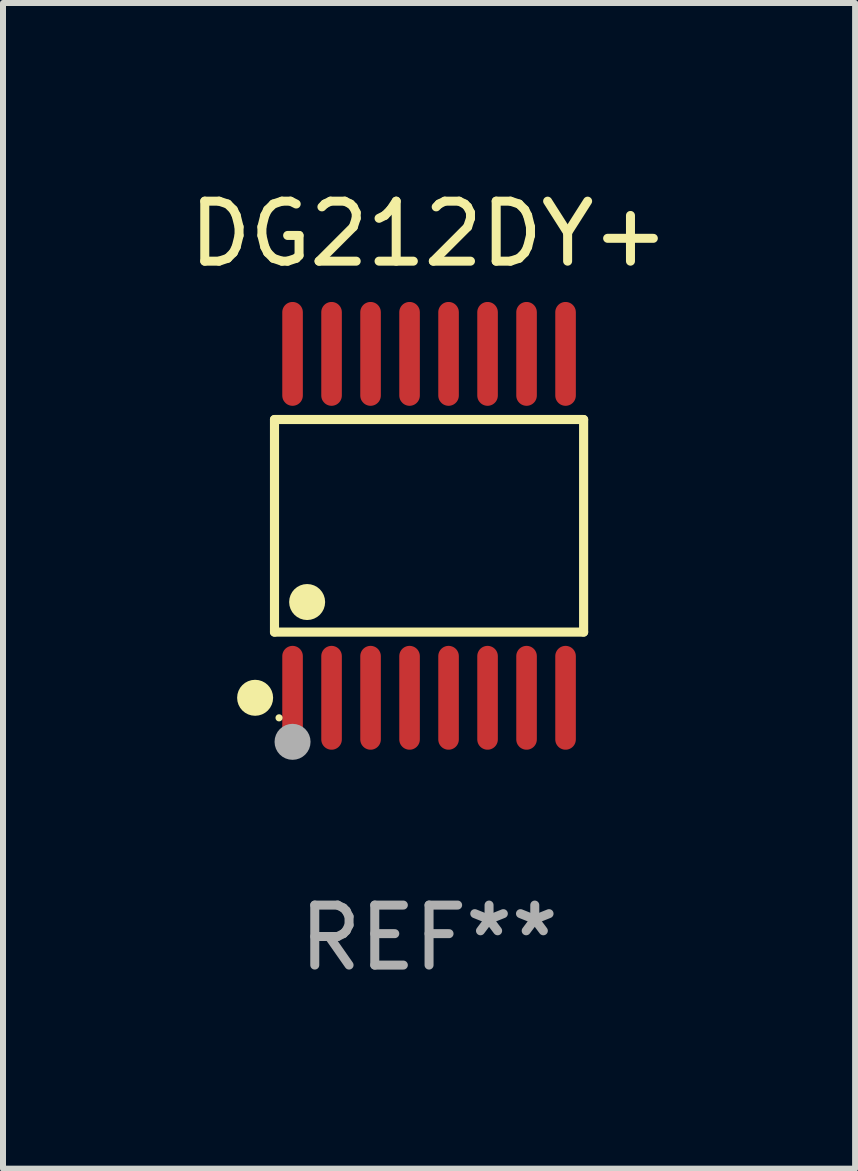
<source format=kicad_pcb>
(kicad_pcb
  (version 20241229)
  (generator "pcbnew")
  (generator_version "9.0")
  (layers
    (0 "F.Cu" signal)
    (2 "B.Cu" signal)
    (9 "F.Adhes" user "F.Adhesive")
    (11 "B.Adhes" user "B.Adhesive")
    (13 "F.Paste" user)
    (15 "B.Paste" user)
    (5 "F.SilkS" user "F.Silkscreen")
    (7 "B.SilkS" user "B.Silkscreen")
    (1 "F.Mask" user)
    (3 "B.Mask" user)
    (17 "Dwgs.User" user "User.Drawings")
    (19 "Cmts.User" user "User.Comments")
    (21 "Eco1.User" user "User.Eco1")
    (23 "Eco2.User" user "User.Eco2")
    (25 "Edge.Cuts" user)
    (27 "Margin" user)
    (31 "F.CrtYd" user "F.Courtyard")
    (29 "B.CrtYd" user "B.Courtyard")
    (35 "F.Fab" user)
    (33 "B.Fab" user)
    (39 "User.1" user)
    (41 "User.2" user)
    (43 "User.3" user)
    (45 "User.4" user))
  (footprint "DG212DY+"
    (layer "F.Cu")
    (at 4.101 5.714)
    (property "Reference" "DG212DY+" (at 0 -4.866 0) (layer "F.SilkS") (effects (font (size 1 1) (thickness 0.15))))
    (attr through_hole)
    (fp_line (start -2.576 -1.772) (end 2.576 -1.772) (stroke (width 0.152) (type solid)) (layer "F.SilkS"))
    (fp_line (start -2.576 1.771) (end -2.576 -1.772) (stroke (width 0.152) (type solid)) (layer "F.SilkS"))
    (fp_line (start 2.576 -1.772) (end 2.576 1.771) (stroke (width 0.152) (type solid)) (layer "F.SilkS"))
    (fp_line (start 2.576 1.771) (end -2.576 1.771) (stroke (width 0.152) (type solid)) (layer "F.SilkS"))
    (fp_circle (center -2.899 2.866) (end -2.749 2.866) (stroke (width 0.3) (type solid)) (fill no) (layer "F.SilkS"))
    (fp_circle (center -2.5 3.2) (end -2.47 3.2) (stroke (width 0.06) (type solid)) (fill no) (layer "F.SilkS"))
    (fp_circle (center -2.032 1.27) (end -1.882 1.27) (stroke (width 0.3) (type solid)) (fill no) (layer "F.SilkS"))
    (fp_circle (center -2.275 3.6) (end -2.125 3.6) (stroke (width 0.3) (type solid)) (fill no) (layer "F.Fab"))
    (fp_text user "REF**" (at 0 6.866 0) (layer "F.Fab") (effects (font (size 1 1) (thickness 0.15))))
    (pad "1" smd oval (at -2.275 2.866) (size 0.343 1.731) (layers "F.Cu" "F.Mask" "F.Paste"))
    (pad "2" smd oval (at -1.625 2.866) (size 0.343 1.731) (layers "F.Cu" "F.Mask" "F.Paste"))
    (pad "3" smd oval (at -0.975 2.866) (size 0.343 1.731) (layers "F.Cu" "F.Mask" "F.Paste"))
    (pad "4" smd oval (at -0.325 2.866) (size 0.343 1.731) (layers "F.Cu" "F.Mask" "F.Paste"))
    (pad "5" smd oval (at 0.325 2.866) (size 0.343 1.731) (layers "F.Cu" "F.Mask" "F.Paste"))
    (pad "6" smd oval (at 0.975 2.866) (size 0.343 1.731) (layers "F.Cu" "F.Mask" "F.Paste"))
    (pad "7" smd oval (at 1.625 2.866) (size 0.343 1.731) (layers "F.Cu" "F.Mask" "F.Paste"))
    (pad "8" smd oval (at 2.275 2.866) (size 0.343 1.731) (layers "F.Cu" "F.Mask" "F.Paste"))
    (pad "9" smd oval (at 2.275 -2.866) (size 0.343 1.731) (layers "F.Cu" "F.Mask" "F.Paste"))
    (pad "10" smd oval (at 1.625 -2.866) (size 0.343 1.731) (layers "F.Cu" "F.Mask" "F.Paste"))
    (pad "11" smd oval (at 0.975 -2.866) (size 0.343 1.731) (layers "F.Cu" "F.Mask" "F.Paste"))
    (pad "12" smd oval (at 0.325 -2.866) (size 0.343 1.731) (layers "F.Cu" "F.Mask" "F.Paste"))
    (pad "13" smd oval (at -0.325 -2.866) (size 0.343 1.731) (layers "F.Cu" "F.Mask" "F.Paste"))
    (pad "14" smd oval (at -0.975 -2.866) (size 0.343 1.731) (layers "F.Cu" "F.Mask" "F.Paste"))
    (pad "15" smd oval (at -1.625 -2.866) (size 0.343 1.731) (layers "F.Cu" "F.Mask" "F.Paste"))
    (pad "16" smd oval (at -2.275 -2.866) (size 0.343 1.731) (layers "F.Cu" "F.Mask" "F.Paste")))
  (gr_rect
    (start -3 -3)
    (end 11.202 16.428)
    (stroke (width 0.1) (type default))
    (fill no)
    (layer "Edge.Cuts")))
</source>
